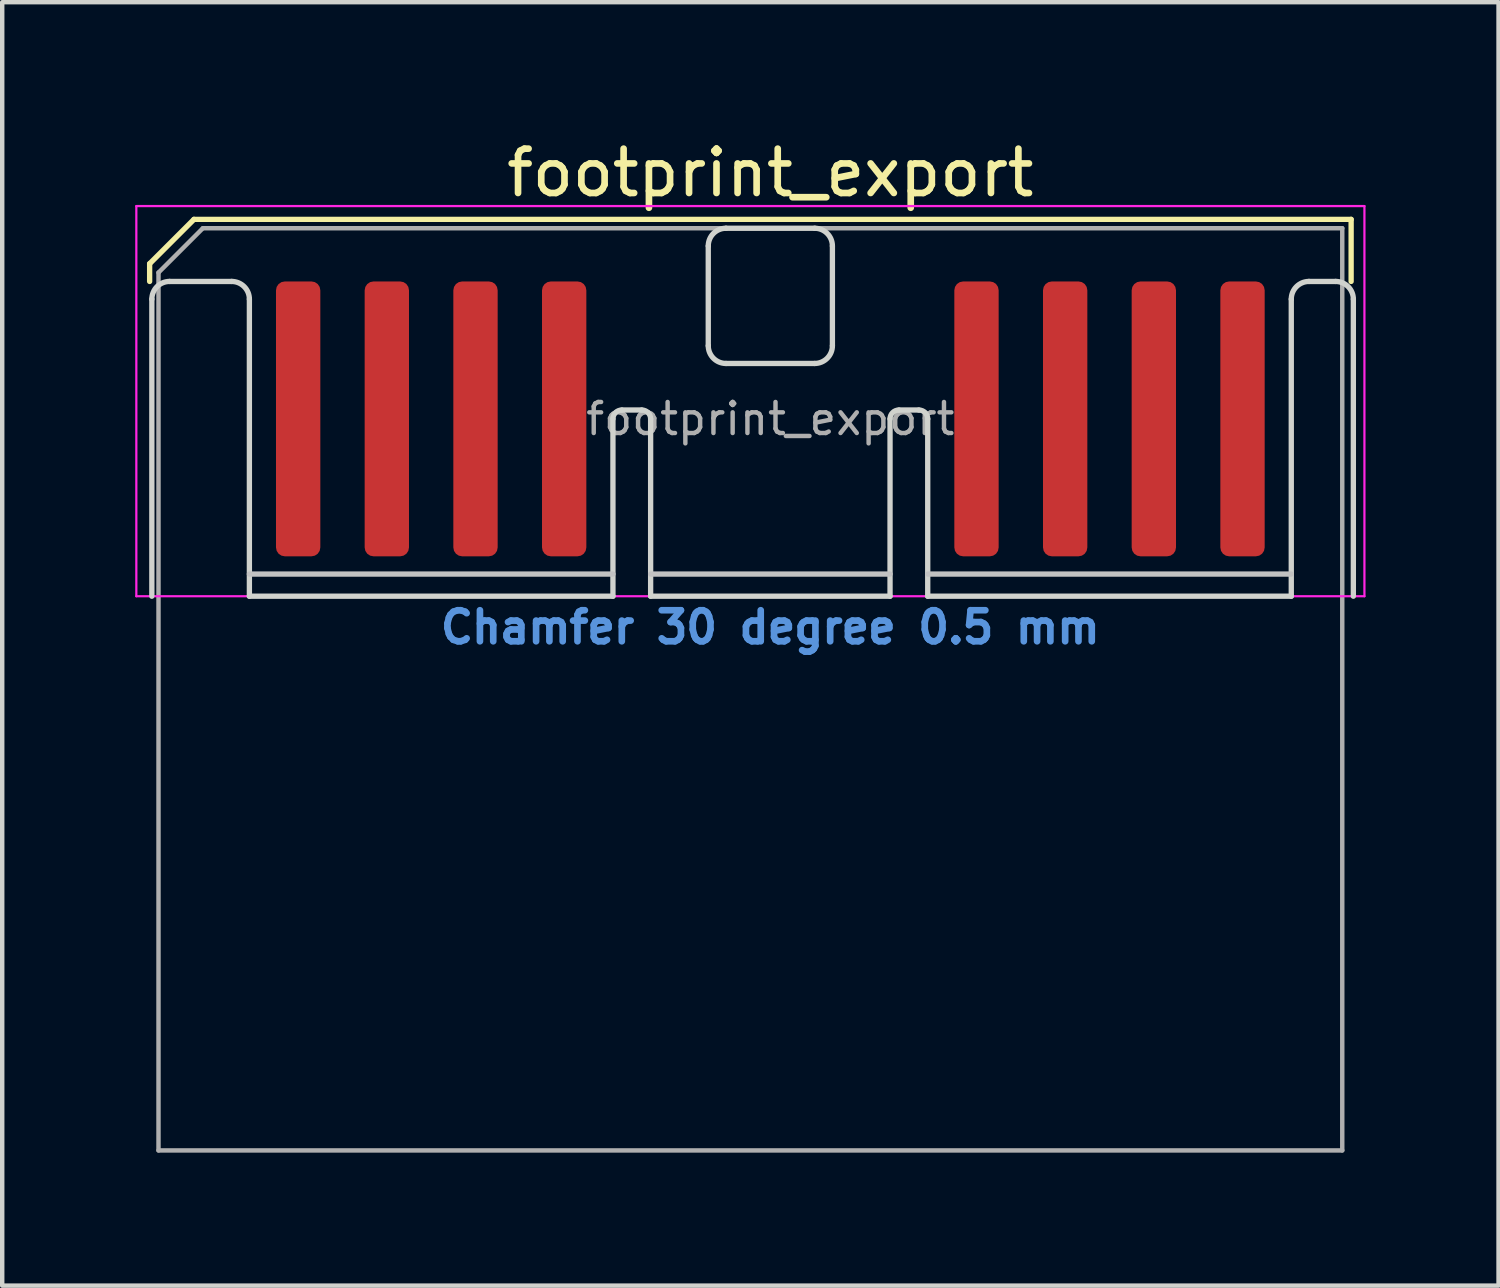
<source format=kicad_pcb>
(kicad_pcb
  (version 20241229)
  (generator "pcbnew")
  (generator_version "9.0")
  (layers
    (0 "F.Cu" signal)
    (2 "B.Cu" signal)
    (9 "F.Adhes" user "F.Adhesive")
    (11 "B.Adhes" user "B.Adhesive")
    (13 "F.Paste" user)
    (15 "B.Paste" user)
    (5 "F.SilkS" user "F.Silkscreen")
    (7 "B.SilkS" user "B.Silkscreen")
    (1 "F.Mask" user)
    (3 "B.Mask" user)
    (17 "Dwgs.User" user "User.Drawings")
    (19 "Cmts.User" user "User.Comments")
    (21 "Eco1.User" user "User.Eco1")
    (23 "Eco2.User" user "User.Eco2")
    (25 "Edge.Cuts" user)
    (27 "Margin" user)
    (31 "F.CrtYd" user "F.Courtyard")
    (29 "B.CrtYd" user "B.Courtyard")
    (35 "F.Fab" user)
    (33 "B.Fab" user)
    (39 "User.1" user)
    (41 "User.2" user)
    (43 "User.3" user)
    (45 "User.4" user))
  (footprint "footprint_export"
    (layer "F.Cu")
    (at 14.325 6.398)
    (property "Reference" "footprint_export" (at 0 -5.55 0) (layer "F.SilkS") (effects (font (size 1 1) (thickness 0.15))))
    (attr exclude_from_pos_files exclude_from_bom)
    (fp_line (start -14 -3.5) (end -13 -4.5) (stroke (width 0.12) (type solid)) (layer "F.SilkS"))
    (fp_line (start -14 -3.1) (end -14 -3.5) (stroke (width 0.12) (type solid)) (layer "F.SilkS"))
    (fp_line (start -13 -4.5) (end 13.1 -4.5) (stroke (width 0.12) (type solid)) (layer "F.SilkS"))
    (fp_line (start 13.1 -4.5) (end 13.1 -3.1) (stroke (width 0.12) (type solid)) (layer "F.SilkS"))
    (fp_line (start -11.75 3.5) (end -3.55 3.5) (stroke (width 0.12) (type solid)) (layer "Dwgs.User"))
    (fp_line (start -2.7 3.5) (end 2.7 3.5) (stroke (width 0.12) (type solid)) (layer "Dwgs.User"))
    (fp_line (start 3.55 3.5) (end 11.75 3.5) (stroke (width 0.12) (type solid)) (layer "Dwgs.User"))
    (fp_line (start -13.95 4) (end -13.95 -2.7) (stroke (width 0.12) (type solid)) (layer "Edge.Cuts"))
    (fp_line (start -13.55 -3.1) (end -12.15 -3.1) (stroke (width 0.12) (type solid)) (layer "Edge.Cuts"))
    (fp_line (start -11.75 -2.7) (end -11.75 4) (stroke (width 0.12) (type solid)) (layer "Edge.Cuts"))
    (fp_line (start -11.75 4) (end -3.55 4) (stroke (width 0.12) (type solid)) (layer "Edge.Cuts"))
    (fp_line (start -3.55 4) (end -3.55 0) (stroke (width 0.12) (type solid)) (layer "Edge.Cuts"))
    (fp_line (start -3.35 -0.2) (end -2.9 -0.2) (stroke (width 0.12) (type solid)) (layer "Edge.Cuts"))
    (fp_line (start -2.7 0) (end -2.7 4) (stroke (width 0.12) (type solid)) (layer "Edge.Cuts"))
    (fp_line (start -2.7 4) (end 2.7 4) (stroke (width 0.12) (type solid)) (layer "Edge.Cuts"))
    (fp_line (start -1.4 -3.9) (end -1.4 -1.65) (stroke (width 0.12) (type solid)) (layer "Edge.Cuts"))
    (fp_line (start -1 -1.25) (end 1 -1.25) (stroke (width 0.12) (type solid)) (layer "Edge.Cuts"))
    (fp_line (start 1 -4.3) (end -1 -4.3) (stroke (width 0.12) (type solid)) (layer "Edge.Cuts"))
    (fp_line (start 1.4 -1.65) (end 1.4 -3.9) (stroke (width 0.12) (type solid)) (layer "Edge.Cuts"))
    (fp_line (start 2.7 4) (end 2.7 0) (stroke (width 0.12) (type solid)) (layer "Edge.Cuts"))
    (fp_line (start 2.9 -0.2) (end 3.35 -0.2) (stroke (width 0.12) (type solid)) (layer "Edge.Cuts"))
    (fp_line (start 3.55 0) (end 3.55 4) (stroke (width 0.12) (type solid)) (layer "Edge.Cuts"))
    (fp_line (start 3.55 4) (end 11.75 4) (stroke (width 0.12) (type solid)) (layer "Edge.Cuts"))
    (fp_line (start 11.75 4) (end 11.75 -2.7) (stroke (width 0.12) (type solid)) (layer "Edge.Cuts"))
    (fp_line (start 12.15 -3.1) (end 12.75 -3.1) (stroke (width 0.12) (type solid)) (layer "Edge.Cuts"))
    (fp_line (start 13.15 -2.7) (end 13.15 4) (stroke (width 0.12) (type solid)) (layer "Edge.Cuts"))
    (fp_arc (start -13.95 -2.7) (mid -13.832843 -2.982843) (end -13.55 -3.1) (stroke (width 0.12) (type solid)) (layer "Edge.Cuts"))
    (fp_arc (start -12.15 -3.1) (mid -11.867157 -2.982843) (end -11.75 -2.7) (stroke (width 0.12) (type solid)) (layer "Edge.Cuts"))
    (fp_arc (start -3.55 0) (mid -3.491421 -0.141421) (end -3.35 -0.2) (stroke (width 0.12) (type solid)) (layer "Edge.Cuts"))
    (fp_arc (start -2.9 -0.2) (mid -2.758579 -0.141421) (end -2.7 0) (stroke (width 0.12) (type solid)) (layer "Edge.Cuts"))
    (fp_arc (start -1.4 -3.9) (mid -1.282843 -4.182843) (end -1 -4.3) (stroke (width 0.12) (type solid)) (layer "Edge.Cuts"))
    (fp_arc (start -1 -1.25) (mid -1.282843 -1.367157) (end -1.4 -1.65) (stroke (width 0.12) (type solid)) (layer "Edge.Cuts"))
    (fp_arc (start 1 -4.3) (mid 1.282843 -4.182843) (end 1.4 -3.9) (stroke (width 0.12) (type solid)) (layer "Edge.Cuts"))
    (fp_arc (start 1.4 -1.65) (mid 1.282843 -1.367157) (end 1 -1.25) (stroke (width 0.12) (type solid)) (layer "Edge.Cuts"))
    (fp_arc (start 2.7 0) (mid 2.758579 -0.141421) (end 2.9 -0.2) (stroke (width 0.12) (type solid)) (layer "Edge.Cuts"))
    (fp_arc (start 3.35 -0.2) (mid 3.491421 -0.141421) (end 3.55 0) (stroke (width 0.12) (type solid)) (layer "Edge.Cuts"))
    (fp_arc (start 11.75 -2.7) (mid 11.867157 -2.982843) (end 12.15 -3.1) (stroke (width 0.12) (type solid)) (layer "Edge.Cuts"))
    (fp_arc (start 12.75 -3.1) (mid 13.032843 -2.982843) (end 13.15 -2.7) (stroke (width 0.12) (type solid)) (layer "Edge.Cuts"))
    (fp_line (start -14.3 -4.8) (end -14.3 4) (stroke (width 0.05) (type solid)) (layer "F.CrtYd"))
    (fp_line (start -14.3 4) (end 13.4 4) (stroke (width 0.05) (type solid)) (layer "F.CrtYd"))
    (fp_line (start 13.4 -4.8) (end -14.3 -4.8) (stroke (width 0.05) (type solid)) (layer "F.CrtYd"))
    (fp_line (start 13.4 4) (end 13.4 -4.8) (stroke (width 0.05) (type solid)) (layer "F.CrtYd"))
    (fp_line (start -13.8 -3.3) (end -12.8 -4.3) (stroke (width 0.1) (type solid)) (layer "F.Fab"))
    (fp_line (start -13.8 16.5) (end -13.8 -3.3) (stroke (width 0.1) (type solid)) (layer "F.Fab"))
    (fp_line (start -12.8 -4.3) (end 12.9 -4.3) (stroke (width 0.1) (type solid)) (layer "F.Fab"))
    (fp_line (start 12.9 -4.3) (end 12.9 16.5) (stroke (width 0.1) (type solid)) (layer "F.Fab"))
    (fp_line (start 12.9 16.5) (end -13.8 16.5) (stroke (width 0.1) (type solid)) (layer "F.Fab"))
    (fp_text user "Chamfer 30 degree 0.5 mm" (at 0 4.7 0) (layer "Cmts.User") (effects (font (size 0.7 0.7) (thickness 0.15))))
    (fp_text user "${REFERENCE}" (at 0 0 0) (layer "F.Fab") (effects (font (size 0.7 0.7) (thickness 0.1))))
    (pad "1" connect roundrect (at -10.65 0) (size 1 6.2) (layers "F.Cu" "F.Mask") (roundrect_rratio 0.2))
    (pad "2" connect roundrect (at -8.65 0) (size 1 6.2) (layers "F.Cu" "F.Mask") (roundrect_rratio 0.2))
    (pad "3" connect roundrect (at -6.65 0) (size 1 6.2) (layers "F.Cu" "F.Mask") (roundrect_rratio 0.2))
    (pad "4" connect roundrect (at -4.65 0) (size 1 6.2) (layers "F.Cu" "F.Mask") (roundrect_rratio 0.2))
    (pad "5" connect roundrect (at 4.65 0) (size 1 6.2) (layers "F.Cu" "F.Mask") (roundrect_rratio 0.2))
    (pad "6" connect roundrect (at 6.65 0) (size 1 6.2) (layers "F.Cu" "F.Mask") (roundrect_rratio 0.2))
    (pad "7" connect roundrect (at 8.65 0) (size 1 6.2) (layers "F.Cu" "F.Mask") (roundrect_rratio 0.2))
    (pad "8" connect roundrect (at 10.65 0) (size 1 6.2) (layers "F.Cu" "F.Mask") (roundrect_rratio 0.2)))
  (gr_rect
    (start -3 -3)
    (end 30.75 25.948)
    (stroke (width 0.1) (type default))
    (fill no)
    (layer "Edge.Cuts")))
</source>
